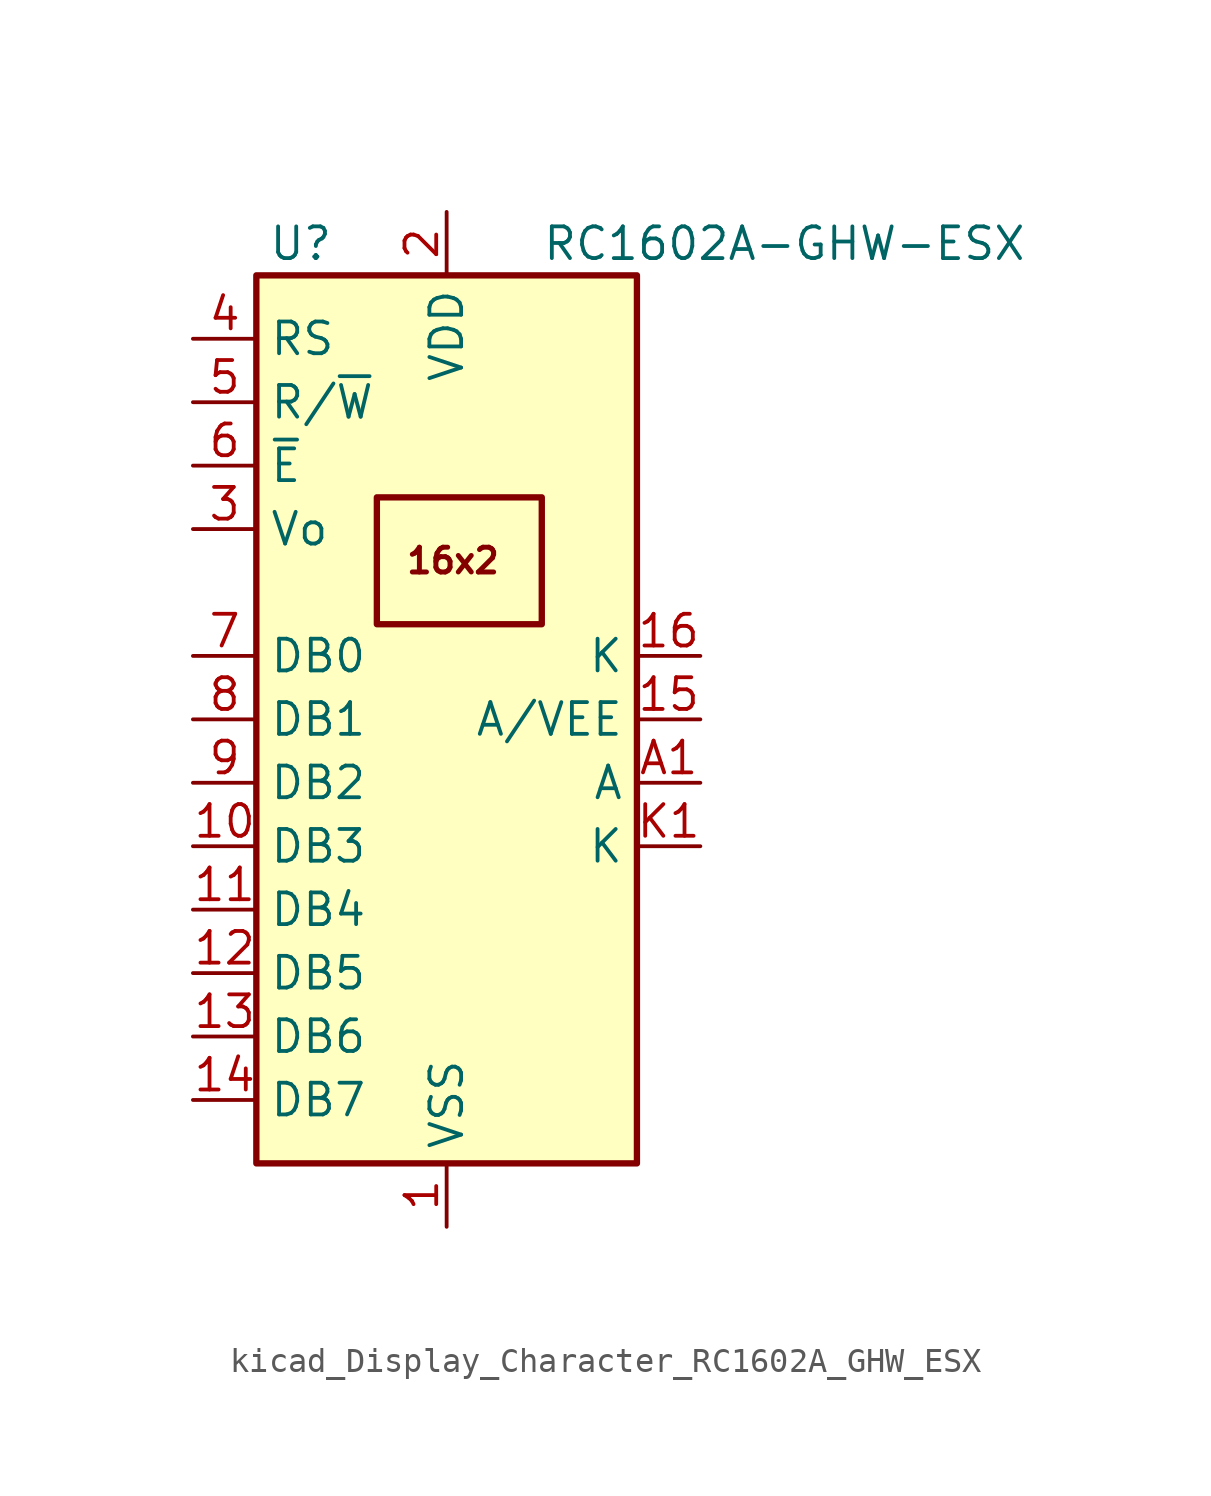
<source format=kicad_sym>
(kicad_symbol_lib
  (version 20220914)
  (generator kicad_symbol_editor)
  (symbol "kicad_Display_Character_RC1602A_GHW_ESX"
    (property "Reference" "U"
      (at -5.842 19.05 0)
      (effects (font (size 1.27 1.27))))
    (property "Value" "RC1602A-GHW-ESX"
      (at 3.81 19.05 0)
      (effects (font (size 1.27 1.27)) (justify left)))
    (symbol "kicad_Display_Character_RC1602A_GHW_ESX_0_0"
      (rectangle (start -2.794 8.89) (end 3.81 3.81) (stroke (width 0.254) (type default)) (fill (type background)))
      (text "16x2" (at 0.254 6.35 0) (effects (font (size 0.991 0.991) bold))))
    (symbol "kicad_Display_Character_RC1602A_GHW_ESX_0_1"
      (rectangle (start -7.62 17.78) (end 7.62 -17.78) (stroke (width 0.254) (type default)) (fill (type background))))
    (symbol "kicad_Display_Character_RC1602A_GHW_ESX_1_1"
      (pin power_in line (at 0 -20.32 90) (length 2.54) (name "VSS" (effects (font (size 1.27 1.27)))) (number "1" (effects (font (size 1.27 1.27)))))
      (pin bidirectional line (at -10.16 -5.08 0) (length 2.54) (name "DB3" (effects (font (size 1.27 1.27)))) (number "10" (effects (font (size 1.27 1.27)))))
      (pin bidirectional line (at -10.16 -7.62 0) (length 2.54) (name "DB4" (effects (font (size 1.27 1.27)))) (number "11" (effects (font (size 1.27 1.27)))))
      (pin bidirectional line (at -10.16 -10.16 0) (length 2.54) (name "DB5" (effects (font (size 1.27 1.27)))) (number "12" (effects (font (size 1.27 1.27)))))
      (pin bidirectional line (at -10.16 -12.7 0) (length 2.54) (name "DB6" (effects (font (size 1.27 1.27)))) (number "13" (effects (font (size 1.27 1.27)))))
      (pin bidirectional line (at -10.16 -15.24 0) (length 2.54) (name "DB7" (effects (font (size 1.27 1.27)))) (number "14" (effects (font (size 1.27 1.27)))))
      (pin passive line (at 10.16 0 180) (length 2.54) (name "A/VEE" (effects (font (size 1.27 1.27)))) (number "15" (effects (font (size 1.27 1.27)))))
      (pin passive line (at 10.16 2.54 180) (length 2.54) (name "K" (effects (font (size 1.27 1.27)))) (number "16" (effects (font (size 1.27 1.27)))))
      (pin power_in line (at 0 20.32 270) (length 2.54) (name "VDD" (effects (font (size 1.27 1.27)))) (number "2" (effects (font (size 1.27 1.27)))))
      (pin input line (at -10.16 7.62 0) (length 2.54) (name "Vo" (effects (font (size 1.27 1.27)))) (number "3" (effects (font (size 1.27 1.27)))))
      (pin input line (at -10.16 15.24 0) (length 2.54) (name "RS" (effects (font (size 1.27 1.27)))) (number "4" (effects (font (size 1.27 1.27)))))
      (pin input line (at -10.16 12.7 0) (length 2.54) (name "R/~{W}" (effects (font (size 1.27 1.27)))) (number "5" (effects (font (size 1.27 1.27)))))
      (pin input line (at -10.16 10.16 0) (length 2.54) (name "~{E}" (effects (font (size 1.27 1.27)))) (number "6" (effects (font (size 1.27 1.27)))))
      (pin bidirectional line (at -10.16 2.54 0) (length 2.54) (name "DB0" (effects (font (size 1.27 1.27)))) (number "7" (effects (font (size 1.27 1.27)))))
      (pin bidirectional line (at -10.16 0 0) (length 2.54) (name "DB1" (effects (font (size 1.27 1.27)))) (number "8" (effects (font (size 1.27 1.27)))))
      (pin bidirectional line (at -10.16 -2.54 0) (length 2.54) (name "DB2" (effects (font (size 1.27 1.27)))) (number "9" (effects (font (size 1.27 1.27)))))
      (pin passive line (at 10.16 -2.54 180) (length 2.54) (name "A" (effects (font (size 1.27 1.27)))) (number "A1" (effects (font (size 1.27 1.27)))))
      (pin passive line (at 10.16 -5.08 180) (length 2.54) (name "K" (effects (font (size 1.27 1.27)))) (number "K1" (effects (font (size 1.27 1.27))))))))
</source>
